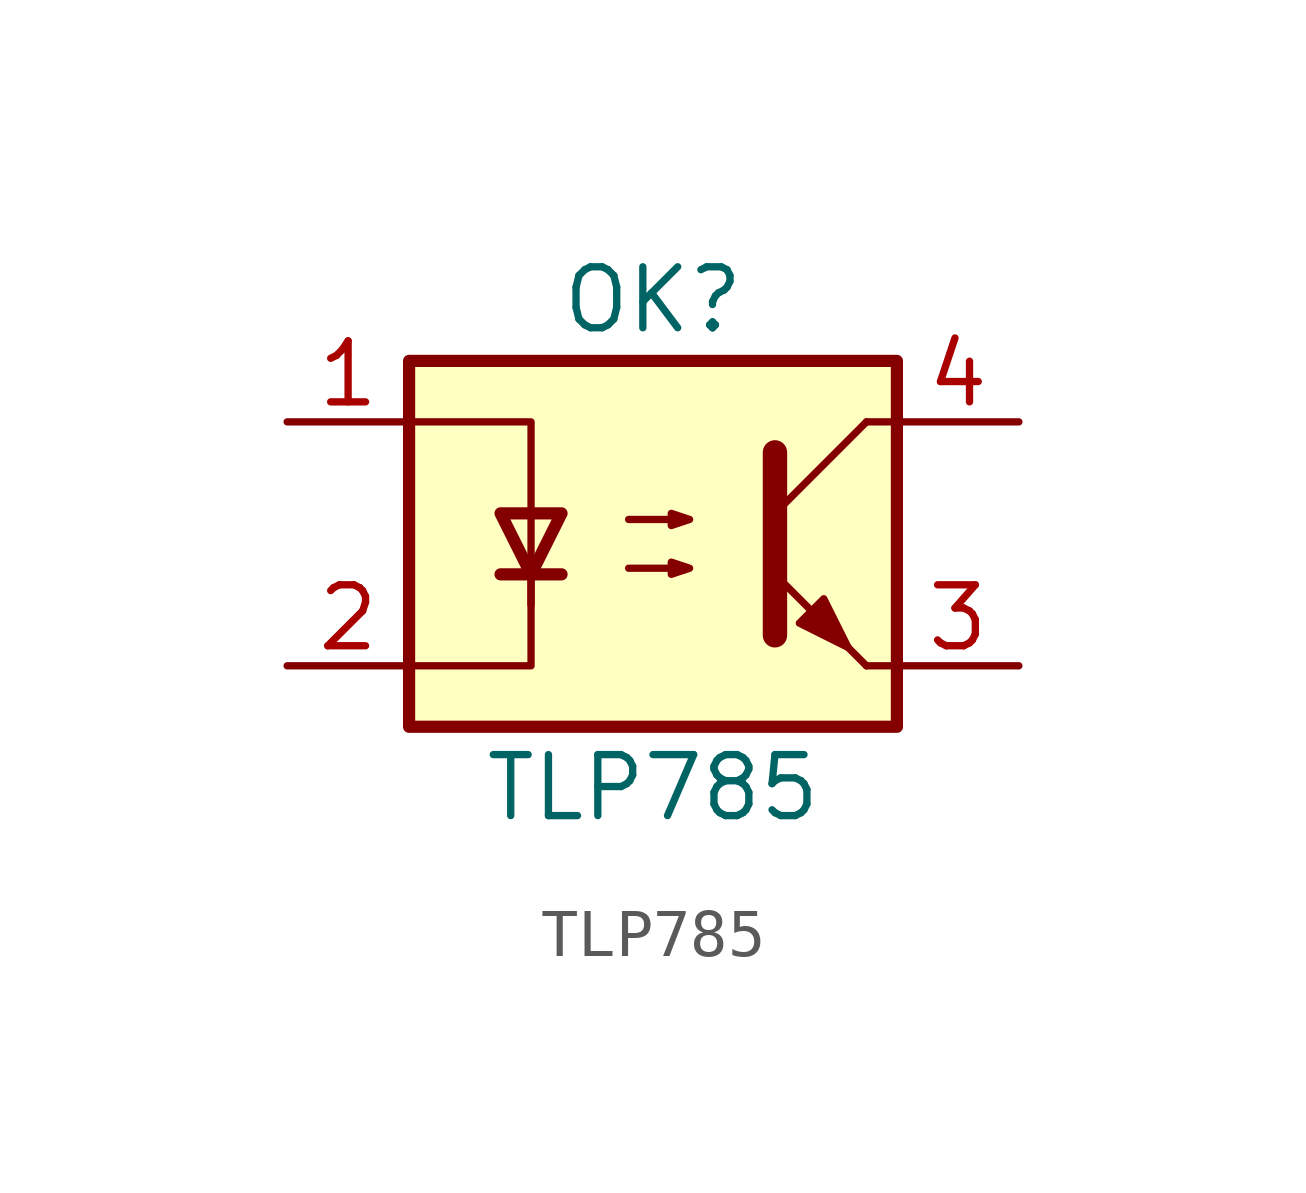
<source format=kicad_sym>
(kicad_symbol_lib
  (version 20211014)
  (generator kicad_symbol_editor)
  (symbol "TLP785"
    (pin_names
      (offset 1.016))
    (property "Reference" "OK"
      (at 0 5.08 0)
      (effects (font (size 1.27 1.27))))
    (property "Value" "TLP785"
      (at 0 -5.08 0)
      (effects (font (size 1.27 1.27))))
    (symbol "TLP785_1_1"
      (rectangle (start -5.08 3.81) (end 5.08 -3.81) (stroke (width 0.254) (type default) (color 0 0 0 0)) (fill (type background)))
      (polyline (pts (xy -3.175 -0.635) (xy -1.905 -0.635)) (stroke (width 0.254) (type default) (color 0 0 0 0)) (fill (type none)))
      (polyline (pts (xy 2.54 0.635) (xy 4.445 2.54)) (stroke (width 0) (type default) (color 0 0 0 0)) (fill (type none)))
      (polyline (pts (xy 4.445 -2.54) (xy 2.54 -0.635)) (stroke (width 0) (type default) (color 0 0 0 0)) (fill (type outline)))
      (polyline (pts (xy 4.445 -2.54) (xy 5.08 -2.54)) (stroke (width 0) (type default) (color 0 0 0 0)) (fill (type none)))
      (polyline (pts (xy 4.445 2.54) (xy 5.08 2.54)) (stroke (width 0) (type default) (color 0 0 0 0)) (fill (type none)))
      (polyline (pts (xy -2.54 -0.635) (xy -2.54 -2.54) (xy -5.08 -2.54)) (stroke (width 0) (type default) (color 0 0 0 0)) (fill (type none)))
      (polyline (pts (xy 2.54 1.905) (xy 2.54 -1.905) (xy 2.54 -1.905)) (stroke (width 0.508) (type default) (color 0 0 0 0)) (fill (type none)))
      (polyline (pts (xy -5.08 2.54) (xy -2.54 2.54) (xy -2.54 -1.27) (xy -2.54 0.635)) (stroke (width 0) (type default) (color 0 0 0 0)) (fill (type none)))
      (polyline (pts (xy -2.54 -0.635) (xy -3.175 0.635) (xy -1.905 0.635) (xy -2.54 -0.635)) (stroke (width 0.254) (type default) (color 0 0 0 0)) (fill (type none)))
      (polyline (pts (xy -0.508 -0.508) (xy 0.762 -0.508) (xy 0.381 -0.635) (xy 0.381 -0.381) (xy 0.762 -0.508)) (stroke (width 0) (type default) (color 0 0 0 0)) (fill (type none)))
      (polyline (pts (xy -0.508 0.508) (xy 0.762 0.508) (xy 0.381 0.381) (xy 0.381 0.635) (xy 0.762 0.508)) (stroke (width 0) (type default) (color 0 0 0 0)) (fill (type none)))
      (polyline (pts (xy 3.048 -1.651) (xy 3.556 -1.143) (xy 4.064 -2.159) (xy 3.048 -1.651) (xy 3.048 -1.651)) (stroke (width 0) (type default) (color 0 0 0 0)) (fill (type outline)))
      (pin passive line (at -7.62 2.54 0) (length 2.54) (name "~" (effects (font (size 1.27 1.27)))) (number "1" (effects (font (size 1.27 1.27)))))
      (pin passive line (at -7.62 -2.54 0) (length 2.54) (name "~" (effects (font (size 1.27 1.27)))) (number "2" (effects (font (size 1.27 1.27)))))
      (pin passive line (at 7.62 -2.54 180) (length 2.54) (name "~" (effects (font (size 1.27 1.27)))) (number "3" (effects (font (size 1.27 1.27)))))
      (pin passive line (at 7.62 2.54 180) (length 2.54) (name "~" (effects (font (size 1.27 1.27)))) (number "4" (effects (font (size 1.27 1.27))))))))
</source>
